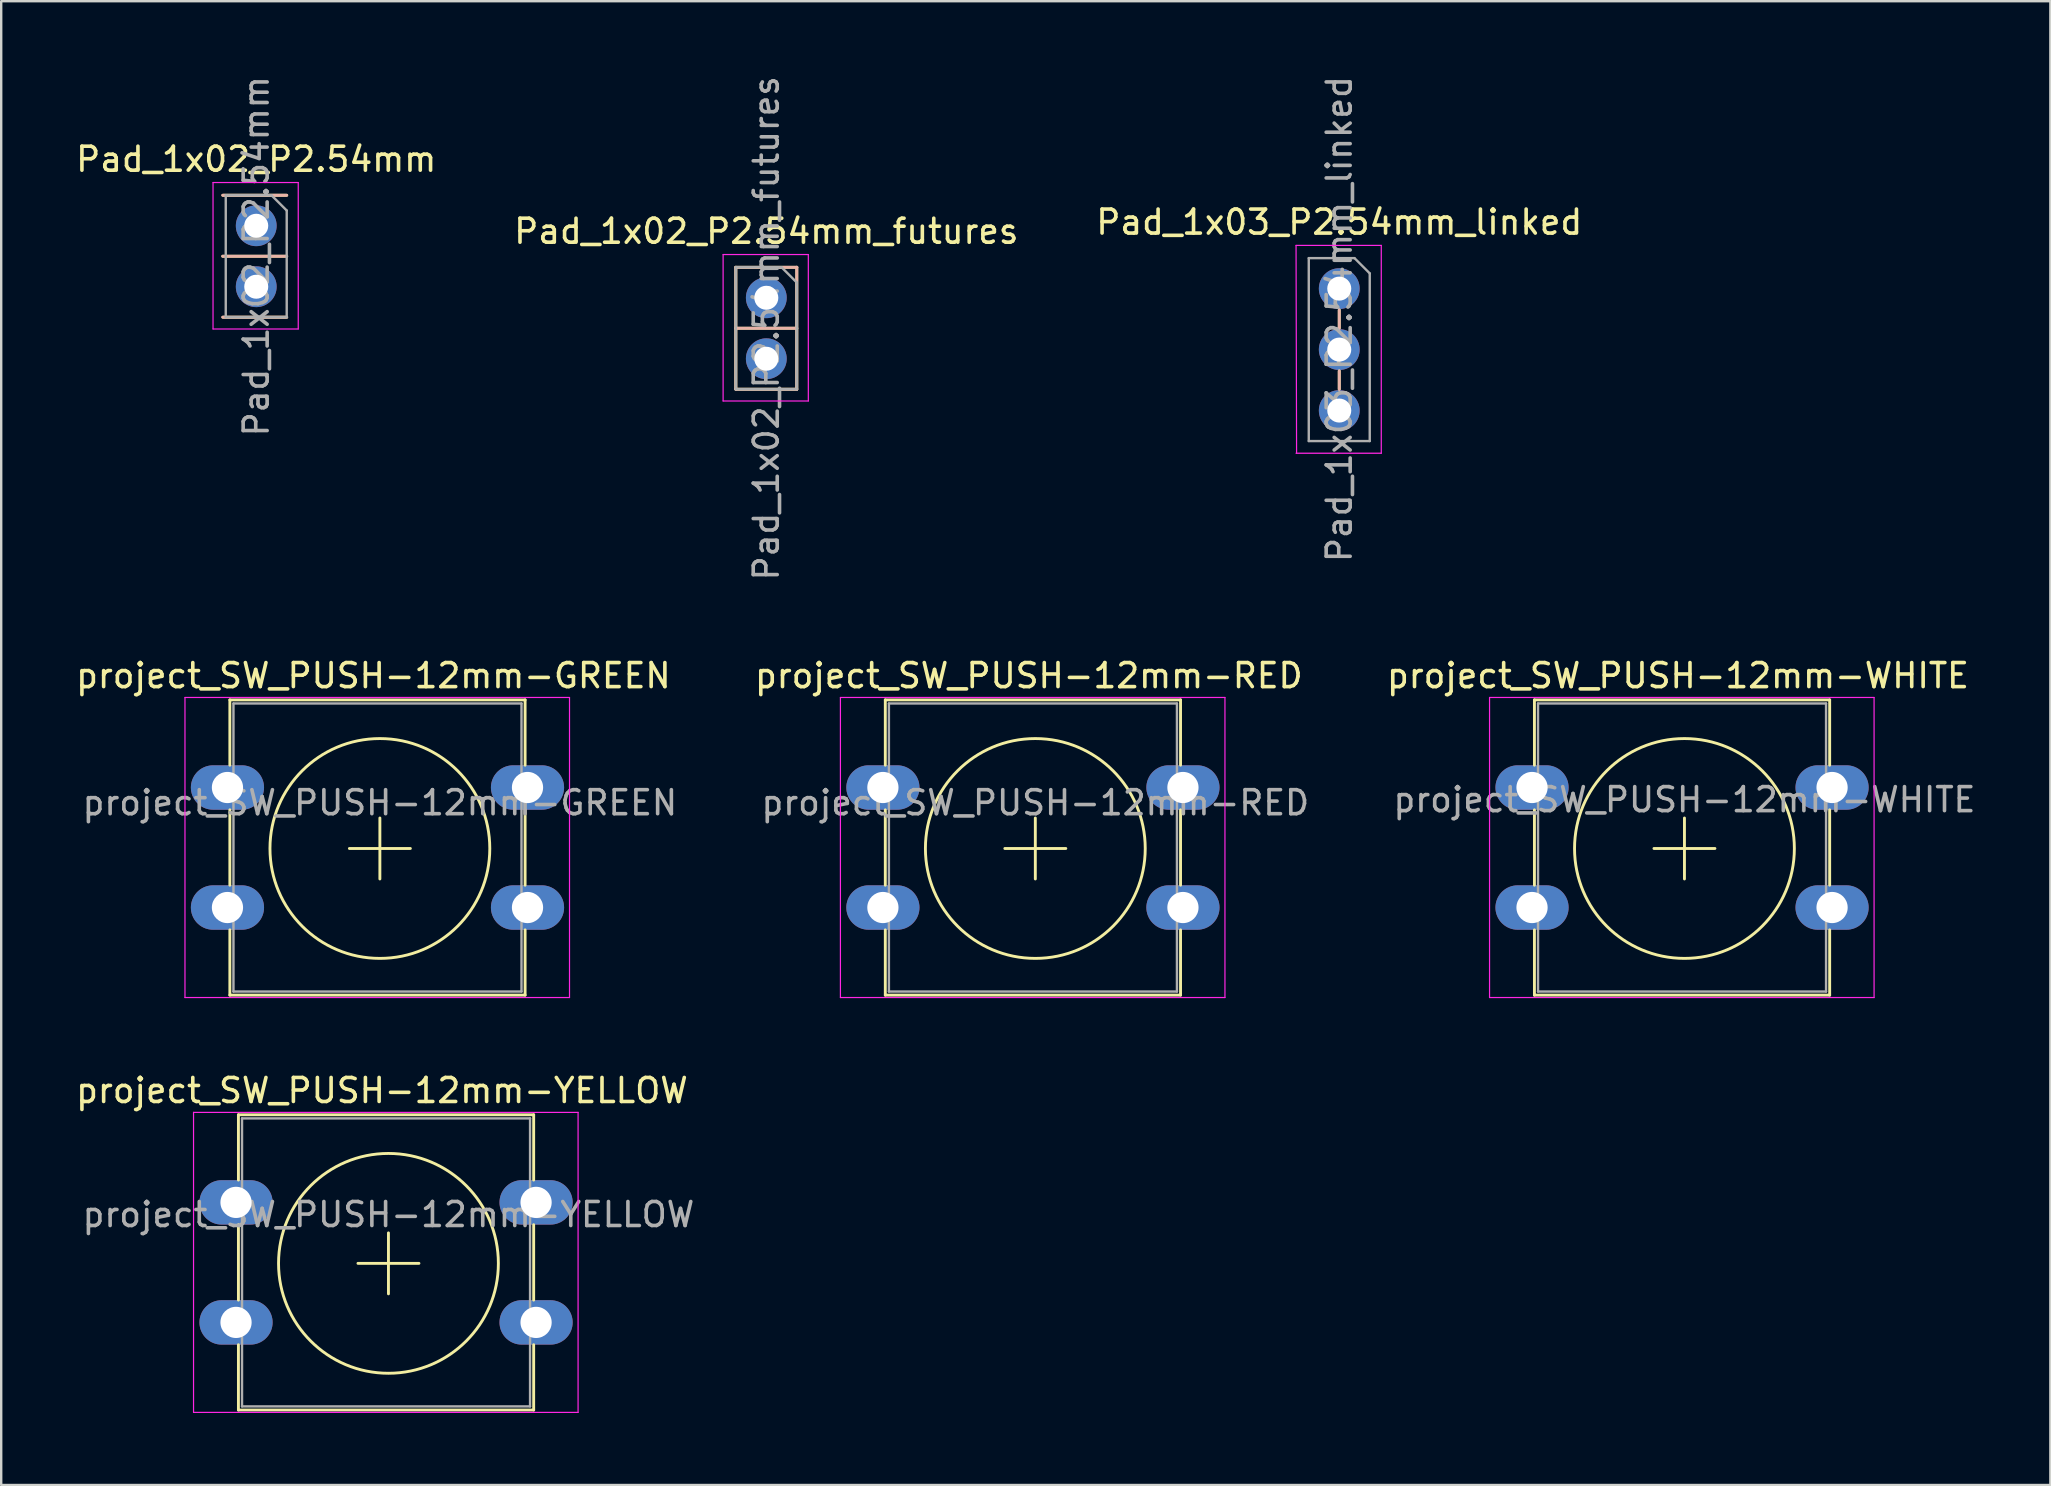
<source format=kicad_pcb>
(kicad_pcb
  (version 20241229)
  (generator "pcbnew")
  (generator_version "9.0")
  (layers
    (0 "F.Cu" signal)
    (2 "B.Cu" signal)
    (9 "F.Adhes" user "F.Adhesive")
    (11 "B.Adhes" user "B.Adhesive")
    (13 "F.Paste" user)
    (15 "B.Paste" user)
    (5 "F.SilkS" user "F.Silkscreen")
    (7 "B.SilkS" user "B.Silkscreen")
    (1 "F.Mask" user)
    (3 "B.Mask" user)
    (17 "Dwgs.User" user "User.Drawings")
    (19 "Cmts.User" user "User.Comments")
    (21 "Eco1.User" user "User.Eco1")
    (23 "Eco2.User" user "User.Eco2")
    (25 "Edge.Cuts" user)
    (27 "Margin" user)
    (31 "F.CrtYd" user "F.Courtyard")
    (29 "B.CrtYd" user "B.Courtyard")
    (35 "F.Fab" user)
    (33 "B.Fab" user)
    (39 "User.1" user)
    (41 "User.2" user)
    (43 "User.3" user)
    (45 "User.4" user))
  (footprint "project_SW_PUSH-12mm-WHITE"
    (layer "F.Cu")
    (at 60.775 29.758)
    (property "Reference" "project_SW_PUSH-12mm-WHITE" (at 6.08 -4.66 0) (layer "F.SilkS") (effects (font (size 1 1) (thickness 0.15))))
    (attr through_hole)
    (fp_line (start 0.1 -3.65) (end 12.4 -3.65) (stroke (width 0.12) (type solid)) (layer "F.SilkS"))
    (fp_line (start 0.1 -0.93) (end 0.1 -3.65) (stroke (width 0.12) (type solid)) (layer "F.SilkS"))
    (fp_line (start 0.1 4.07) (end 0.1 0.93) (stroke (width 0.12) (type solid)) (layer "F.SilkS"))
    (fp_line (start 0.1 8.65) (end 0.1 5.93) (stroke (width 0.12) (type solid)) (layer "F.SilkS"))
    (fp_line (start 5.08 2.54) (end 7.62 2.54) (stroke (width 0.12) (type solid)) (layer "F.SilkS"))
    (fp_line (start 6.35 3.81) (end 6.35 1.27) (stroke (width 0.12) (type solid)) (layer "F.SilkS"))
    (fp_line (start 12.4 -3.65) (end 12.4 -0.93) (stroke (width 0.12) (type solid)) (layer "F.SilkS"))
    (fp_line (start 12.4 0.93) (end 12.4 4.07) (stroke (width 0.12) (type solid)) (layer "F.SilkS"))
    (fp_line (start 12.4 5.93) (end 12.4 8.65) (stroke (width 0.12) (type solid)) (layer "F.SilkS"))
    (fp_line (start 12.4 8.65) (end 0.1 8.65) (stroke (width 0.12) (type solid)) (layer "F.SilkS"))
    (fp_circle (center 6.35 2.54) (end 10.16 5.08) (stroke (width 0.12) (type solid)) (fill no) (layer "F.SilkS"))
    (fp_line (start -1.77 -3.75) (end -1.77 8.75) (stroke (width 0.05) (type solid)) (layer "F.CrtYd"))
    (fp_line (start -1.77 -3.75) (end 14.25 -3.75) (stroke (width 0.05) (type solid)) (layer "F.CrtYd"))
    (fp_line (start 14.25 8.75) (end -1.77 8.75) (stroke (width 0.05) (type solid)) (layer "F.CrtYd"))
    (fp_line (start 14.25 8.75) (end 14.25 -3.75) (stroke (width 0.05) (type solid)) (layer "F.CrtYd"))
    (fp_line (start 0.25 -3.5) (end 0.25 8.5) (stroke (width 0.1) (type solid)) (layer "F.Fab"))
    (fp_line (start 0.25 -3.5) (end 12.25 -3.5) (stroke (width 0.1) (type solid)) (layer "F.Fab"))
    (fp_line (start 0.25 8.5) (end 12.25 8.5) (stroke (width 0.1) (type solid)) (layer "F.Fab"))
    (fp_line (start 12.25 -3.5) (end 12.25 8.5) (stroke (width 0.1) (type solid)) (layer "F.Fab"))
    (fp_text user "${REFERENCE}" (at 6.35 0.508 0) (layer "F.Fab") (effects (font (size 1 1) (thickness 0.15))))
    (pad "1" thru_hole oval (at 0 0) (size 3.048 1.85) (drill 1.3) (layers "*.Cu" "*.Mask"))
    (pad "1" thru_hole oval (at 12.5 0) (size 3.048 1.85) (drill 1.3) (layers "*.Cu" "*.Mask"))
    (pad "2" thru_hole oval (at 0 5) (size 3.048 1.85) (drill 1.3) (layers "*.Cu" "*.Mask"))
    (pad "2" thru_hole oval (at 12.5 5) (size 3.048 1.85) (drill 1.3) (layers "*.Cu" "*.Mask")))
  (footprint "project_SW_PUSH-12mm-RED"
    (layer "F.Cu")
    (at 33.732 29.758)
    (property "Reference" "project_SW_PUSH-12mm-RED" (at 6.08 -4.66 0) (layer "F.SilkS") (effects (font (size 1 1) (thickness 0.15))))
    (attr through_hole)
    (fp_line (start 0.1 -3.65) (end 12.4 -3.65) (stroke (width 0.12) (type solid)) (layer "F.SilkS"))
    (fp_line (start 0.1 -0.93) (end 0.1 -3.65) (stroke (width 0.12) (type solid)) (layer "F.SilkS"))
    (fp_line (start 0.1 4.07) (end 0.1 0.93) (stroke (width 0.12) (type solid)) (layer "F.SilkS"))
    (fp_line (start 0.1 8.65) (end 0.1 5.93) (stroke (width 0.12) (type solid)) (layer "F.SilkS"))
    (fp_line (start 5.08 2.54) (end 7.62 2.54) (stroke (width 0.12) (type solid)) (layer "F.SilkS"))
    (fp_line (start 6.35 3.81) (end 6.35 1.27) (stroke (width 0.12) (type solid)) (layer "F.SilkS"))
    (fp_line (start 12.4 -3.65) (end 12.4 -0.93) (stroke (width 0.12) (type solid)) (layer "F.SilkS"))
    (fp_line (start 12.4 0.93) (end 12.4 4.07) (stroke (width 0.12) (type solid)) (layer "F.SilkS"))
    (fp_line (start 12.4 5.93) (end 12.4 8.65) (stroke (width 0.12) (type solid)) (layer "F.SilkS"))
    (fp_line (start 12.4 8.65) (end 0.1 8.65) (stroke (width 0.12) (type solid)) (layer "F.SilkS"))
    (fp_circle (center 6.35 2.54) (end 10.16 5.08) (stroke (width 0.12) (type solid)) (fill no) (layer "F.SilkS"))
    (fp_line (start -1.77 -3.75) (end -1.77 8.75) (stroke (width 0.05) (type solid)) (layer "F.CrtYd"))
    (fp_line (start -1.77 -3.75) (end 14.25 -3.75) (stroke (width 0.05) (type solid)) (layer "F.CrtYd"))
    (fp_line (start 14.25 8.75) (end -1.77 8.75) (stroke (width 0.05) (type solid)) (layer "F.CrtYd"))
    (fp_line (start 14.25 8.75) (end 14.25 -3.75) (stroke (width 0.05) (type solid)) (layer "F.CrtYd"))
    (fp_line (start 0.25 -3.5) (end 0.25 8.5) (stroke (width 0.1) (type solid)) (layer "F.Fab"))
    (fp_line (start 0.25 -3.5) (end 12.25 -3.5) (stroke (width 0.1) (type solid)) (layer "F.Fab"))
    (fp_line (start 0.25 8.5) (end 12.25 8.5) (stroke (width 0.1) (type solid)) (layer "F.Fab"))
    (fp_line (start 12.25 -3.5) (end 12.25 8.5) (stroke (width 0.1) (type solid)) (layer "F.Fab"))
    (fp_text user "${REFERENCE}" (at 6.35 0.635 0) (layer "F.Fab") (effects (font (size 1 1) (thickness 0.15))))
    (pad "1" thru_hole oval (at 0 0) (size 3.048 1.85) (drill 1.3) (layers "*.Cu" "*.Mask"))
    (pad "1" thru_hole oval (at 12.5 0) (size 3.048 1.85) (drill 1.3) (layers "*.Cu" "*.Mask"))
    (pad "2" thru_hole oval (at 0 5) (size 3.048 1.85) (drill 1.3) (layers "*.Cu" "*.Mask"))
    (pad "2" thru_hole oval (at 12.5 5) (size 3.048 1.85) (drill 1.3) (layers "*.Cu" "*.Mask")))
  (footprint "Pad_1x03_P2.54mm_linked"
    (layer "F.Cu")
    (at 52.744 8.974)
    (property "Reference" "Pad_1x03_P2.54mm_linked" (at 0 -2.77 0) (layer "F.SilkS") (effects (font (size 1 1) (thickness 0.15))))
    (attr through_hole)
    (fp_line (start 0 0.889) (end 0 1.651) (stroke (width 0.12) (type solid)) (layer "F.SilkS"))
    (fp_line (start 0 4.191) (end 0 3.429) (stroke (width 0.12) (type solid)) (layer "F.SilkS"))
    (fp_line (start 0 0.889) (end 0 1.651) (stroke (width 0.12) (type solid)) (layer "B.SilkS"))
    (fp_line (start 0 4.191) (end 0 3.429) (stroke (width 0.12) (type solid)) (layer "B.SilkS"))
    (fp_line (start -1.8 -1.8) (end 1.75 -1.8) (stroke (width 0.05) (type solid)) (layer "F.CrtYd"))
    (fp_line (start -1.778 6.858) (end -1.8 -1.8) (stroke (width 0.05) (type solid)) (layer "F.CrtYd"))
    (fp_line (start 1.75 -1.8) (end 1.75 6.858) (stroke (width 0.05) (type solid)) (layer "F.CrtYd"))
    (fp_line (start 1.75 6.858) (end -1.8 6.858) (stroke (width 0.05) (type solid)) (layer "F.CrtYd"))
    (fp_line (start -1.27 -1.27) (end 0.635 -1.27) (stroke (width 0.1) (type solid)) (layer "F.Fab"))
    (fp_line (start -1.27 6.35) (end -1.27 -1.27) (stroke (width 0.1) (type solid)) (layer "F.Fab"))
    (fp_line (start 0.635 -1.27) (end 1.27 -0.635) (stroke (width 0.1) (type solid)) (layer "F.Fab"))
    (fp_line (start 1.27 -0.635) (end 1.27 6.35) (stroke (width 0.1) (type solid)) (layer "F.Fab"))
    (fp_line (start 1.27 6.35) (end -1.27 6.35) (stroke (width 0.1) (type solid)) (layer "F.Fab"))
    (fp_text user "${REFERENCE}" (at 0 1.27 90) (layer "F.Fab") (effects (font (size 1 1) (thickness 0.15))))
    (pad "1" thru_hole circle (at 0 0) (size 1.7 1.7) (drill 1) (layers "*.Cu" "*.Mask"))
    (pad "2" thru_hole oval (at 0 2.54) (size 1.7 1.7) (drill 1) (layers "*.Cu" "*.Mask"))
    (pad "3" thru_hole oval (at 0 5.08) (size 1.7 1.7) (drill 1) (layers "*.Cu" "*.Mask")))
  (footprint "project_SW_PUSH-12mm-GREEN"
    (layer "F.Cu")
    (at 6.426 29.758)
    (property "Reference" "project_SW_PUSH-12mm-GREEN" (at 6.08 -4.66 0) (layer "F.SilkS") (effects (font (size 1 1) (thickness 0.15))))
    (attr through_hole)
    (fp_line (start 0.1 -3.65) (end 12.4 -3.65) (stroke (width 0.12) (type solid)) (layer "F.SilkS"))
    (fp_line (start 0.1 -0.93) (end 0.1 -3.65) (stroke (width 0.12) (type solid)) (layer "F.SilkS"))
    (fp_line (start 0.1 4.07) (end 0.1 0.93) (stroke (width 0.12) (type solid)) (layer "F.SilkS"))
    (fp_line (start 0.1 8.65) (end 0.1 5.93) (stroke (width 0.12) (type solid)) (layer "F.SilkS"))
    (fp_line (start 5.08 2.54) (end 7.62 2.54) (stroke (width 0.12) (type solid)) (layer "F.SilkS"))
    (fp_line (start 6.35 3.81) (end 6.35 1.27) (stroke (width 0.12) (type solid)) (layer "F.SilkS"))
    (fp_line (start 12.4 -3.65) (end 12.4 -0.93) (stroke (width 0.12) (type solid)) (layer "F.SilkS"))
    (fp_line (start 12.4 0.93) (end 12.4 4.07) (stroke (width 0.12) (type solid)) (layer "F.SilkS"))
    (fp_line (start 12.4 5.93) (end 12.4 8.65) (stroke (width 0.12) (type solid)) (layer "F.SilkS"))
    (fp_line (start 12.4 8.65) (end 0.1 8.65) (stroke (width 0.12) (type solid)) (layer "F.SilkS"))
    (fp_circle (center 6.35 2.54) (end 10.16 5.08) (stroke (width 0.12) (type solid)) (fill no) (layer "F.SilkS"))
    (fp_line (start -1.77 -3.75) (end -1.77 8.75) (stroke (width 0.05) (type solid)) (layer "F.CrtYd"))
    (fp_line (start -1.77 -3.75) (end 14.25 -3.75) (stroke (width 0.05) (type solid)) (layer "F.CrtYd"))
    (fp_line (start 14.25 8.75) (end -1.77 8.75) (stroke (width 0.05) (type solid)) (layer "F.CrtYd"))
    (fp_line (start 14.25 8.75) (end 14.25 -3.75) (stroke (width 0.05) (type solid)) (layer "F.CrtYd"))
    (fp_line (start 0.25 -3.5) (end 0.25 8.5) (stroke (width 0.1) (type solid)) (layer "F.Fab"))
    (fp_line (start 0.25 -3.5) (end 12.25 -3.5) (stroke (width 0.1) (type solid)) (layer "F.Fab"))
    (fp_line (start 0.25 8.5) (end 12.25 8.5) (stroke (width 0.1) (type solid)) (layer "F.Fab"))
    (fp_line (start 12.25 -3.5) (end 12.25 8.5) (stroke (width 0.1) (type solid)) (layer "F.Fab"))
    (fp_text user "${REFERENCE}" (at 6.35 0.635 0) (layer "F.Fab") (effects (font (size 1 1) (thickness 0.15))))
    (pad "1" thru_hole oval (at 0 0) (size 3.048 1.85) (drill 1.3) (layers "*.Cu" "*.Mask"))
    (pad "1" thru_hole oval (at 12.5 0) (size 3.048 1.85) (drill 1.3) (layers "*.Cu" "*.Mask"))
    (pad "2" thru_hole oval (at 0 5) (size 3.048 1.85) (drill 1.3) (layers "*.Cu" "*.Mask"))
    (pad "2" thru_hole oval (at 12.5 5) (size 3.048 1.85) (drill 1.3) (layers "*.Cu" "*.Mask")))
  (footprint "project_SW_PUSH-12mm-YELLOW"
    (layer "F.Cu")
    (at 6.783 47.042)
    (property "Reference" "project_SW_PUSH-12mm-YELLOW" (at 6.08 -4.66 0) (layer "F.SilkS") (effects (font (size 1 1) (thickness 0.15))))
    (attr through_hole)
    (fp_line (start 0.1 -3.65) (end 12.4 -3.65) (stroke (width 0.12) (type solid)) (layer "F.SilkS"))
    (fp_line (start 0.1 -0.93) (end 0.1 -3.65) (stroke (width 0.12) (type solid)) (layer "F.SilkS"))
    (fp_line (start 0.1 4.07) (end 0.1 0.93) (stroke (width 0.12) (type solid)) (layer "F.SilkS"))
    (fp_line (start 0.1 8.65) (end 0.1 5.93) (stroke (width 0.12) (type solid)) (layer "F.SilkS"))
    (fp_line (start 5.08 2.54) (end 7.62 2.54) (stroke (width 0.12) (type solid)) (layer "F.SilkS"))
    (fp_line (start 6.35 3.81) (end 6.35 1.27) (stroke (width 0.12) (type solid)) (layer "F.SilkS"))
    (fp_line (start 12.4 -3.65) (end 12.4 -0.93) (stroke (width 0.12) (type solid)) (layer "F.SilkS"))
    (fp_line (start 12.4 0.93) (end 12.4 4.07) (stroke (width 0.12) (type solid)) (layer "F.SilkS"))
    (fp_line (start 12.4 5.93) (end 12.4 8.65) (stroke (width 0.12) (type solid)) (layer "F.SilkS"))
    (fp_line (start 12.4 8.65) (end 0.1 8.65) (stroke (width 0.12) (type solid)) (layer "F.SilkS"))
    (fp_circle (center 6.35 2.54) (end 10.16 5.08) (stroke (width 0.12) (type solid)) (fill no) (layer "F.SilkS"))
    (fp_line (start -1.77 -3.75) (end -1.77 8.75) (stroke (width 0.05) (type solid)) (layer "F.CrtYd"))
    (fp_line (start -1.77 -3.75) (end 14.25 -3.75) (stroke (width 0.05) (type solid)) (layer "F.CrtYd"))
    (fp_line (start 14.25 8.75) (end -1.77 8.75) (stroke (width 0.05) (type solid)) (layer "F.CrtYd"))
    (fp_line (start 14.25 8.75) (end 14.25 -3.75) (stroke (width 0.05) (type solid)) (layer "F.CrtYd"))
    (fp_line (start 0.25 -3.5) (end 0.25 8.5) (stroke (width 0.1) (type solid)) (layer "F.Fab"))
    (fp_line (start 0.25 -3.5) (end 12.25 -3.5) (stroke (width 0.1) (type solid)) (layer "F.Fab"))
    (fp_line (start 0.25 8.5) (end 12.25 8.5) (stroke (width 0.1) (type solid)) (layer "F.Fab"))
    (fp_line (start 12.25 -3.5) (end 12.25 8.5) (stroke (width 0.1) (type solid)) (layer "F.Fab"))
    (fp_text user "${REFERENCE}" (at 6.35 0.508 0) (layer "F.Fab") (effects (font (size 1 1) (thickness 0.15))))
    (pad "1" thru_hole oval (at 0 0) (size 3.048 1.85) (drill 1.3) (layers "*.Cu" "*.Mask"))
    (pad "1" thru_hole oval (at 12.5 0) (size 3.048 1.85) (drill 1.3) (layers "*.Cu" "*.Mask"))
    (pad "2" thru_hole oval (at 0 5) (size 3.048 1.85) (drill 1.3) (layers "*.Cu" "*.Mask"))
    (pad "2" thru_hole oval (at 12.5 5) (size 3.048 1.85) (drill 1.3) (layers "*.Cu" "*.Mask")))
  (footprint "Pad_1x02_P2.54mm_futures"
    (layer "F.Cu")
    (at 28.875 9.355)
    (property "Reference" "Pad_1x02_P2.54mm_futures" (at 0 -2.77 0) (layer "F.SilkS") (effects (font (size 1 1) (thickness 0.15))))
    (attr through_hole)
    (fp_line (start -1.27 -1.27) (end 1.27 -1.27) (stroke (width 0.12) (type solid)) (layer "F.SilkS"))
    (fp_line (start -1.27 1.27) (end 1.27 1.27) (stroke (width 0.12) (type solid)) (layer "F.SilkS"))
    (fp_line (start -1.27 3.81) (end -1.27 -1.27) (stroke (width 0.12) (type solid)) (layer "F.SilkS"))
    (fp_line (start -1.27 3.81) (end 1.27 3.81) (stroke (width 0.12) (type solid)) (layer "F.SilkS"))
    (fp_line (start 1.27 -1.27) (end 1.27 3.81) (stroke (width 0.12) (type solid)) (layer "F.SilkS"))
    (fp_line (start -1.27 3.81) (end -1.27 -1.27) (stroke (width 0.12) (type solid)) (layer "B.SilkS"))
    (fp_line (start 1.27 -1.27) (end -1.27 -1.27) (stroke (width 0.12) (type solid)) (layer "B.SilkS"))
    (fp_line (start 1.27 -1.27) (end 1.27 3.81) (stroke (width 0.12) (type solid)) (layer "B.SilkS"))
    (fp_line (start 1.27 1.27) (end -1.27 1.27) (stroke (width 0.12) (type solid)) (layer "B.SilkS"))
    (fp_line (start 1.27 3.81) (end -1.27 3.81) (stroke (width 0.12) (type solid)) (layer "B.SilkS"))
    (fp_line (start -1.8 -1.8) (end 1.75 -1.8) (stroke (width 0.05) (type solid)) (layer "F.CrtYd"))
    (fp_line (start -1.8 4.3) (end -1.8 -1.8) (stroke (width 0.05) (type solid)) (layer "F.CrtYd"))
    (fp_line (start 1.75 -1.8) (end 1.75 4.3) (stroke (width 0.05) (type solid)) (layer "F.CrtYd"))
    (fp_line (start 1.75 4.3) (end -1.8 4.3) (stroke (width 0.05) (type solid)) (layer "F.CrtYd"))
    (fp_line (start -1.27 -1.27) (end 0.635 -1.27) (stroke (width 0.1) (type solid)) (layer "F.Fab"))
    (fp_line (start -1.27 3.81) (end -1.27 -1.27) (stroke (width 0.1) (type solid)) (layer "F.Fab"))
    (fp_line (start 0.635 -1.27) (end 1.27 -0.635) (stroke (width 0.1) (type solid)) (layer "F.Fab"))
    (fp_line (start 1.27 -0.635) (end 1.27 3.81) (stroke (width 0.1) (type solid)) (layer "F.Fab"))
    (fp_line (start 1.27 3.81) (end -1.27 3.81) (stroke (width 0.1) (type solid)) (layer "F.Fab"))
    (fp_text user "${REFERENCE}" (at 0 1.27 90) (layer "F.Fab") (effects (font (size 1 1) (thickness 0.15))))
    (pad "1" thru_hole circle (at 0 0) (size 1.7 1.7) (drill 1) (layers "*.Cu" "*.Mask"))
    (pad "2" thru_hole oval (at 0 2.54) (size 1.7 1.7) (drill 1) (layers "*.Cu" "*.Mask")))
  (footprint "Pad_1x02_P2.54mm"
    (layer "F.Cu")
    (at 7.625 6.355)
    (property "Reference" "Pad_1x02_P2.54mm" (at 0 -2.77 0) (layer "F.SilkS") (effects (font (size 1 1) (thickness 0.15))))
    (attr through_hole)
    (fp_line (start -1.397 1.27) (end 1.27 1.27) (stroke (width 0.12) (type solid)) (layer "F.SilkS"))
    (fp_line (start -1.39 -1.27) (end 1.27 -1.27) (stroke (width 0.12) (type solid)) (layer "F.SilkS"))
    (fp_line (start -1.39 3.81) (end 1.27 3.81) (stroke (width 0.12) (type solid)) (layer "F.SilkS"))
    (fp_line (start 1.27 -1.27) (end -1.397 -1.27) (stroke (width 0.12) (type solid)) (layer "B.SilkS"))
    (fp_line (start 1.27 1.27) (end -1.397 1.27) (stroke (width 0.12) (type solid)) (layer "B.SilkS"))
    (fp_line (start 1.27 3.81) (end -1.397 3.81) (stroke (width 0.12) (type solid)) (layer "B.SilkS"))
    (fp_line (start -1.8 -1.8) (end 1.75 -1.8) (stroke (width 0.05) (type solid)) (layer "F.CrtYd"))
    (fp_line (start -1.8 4.3) (end -1.8 -1.8) (stroke (width 0.05) (type solid)) (layer "F.CrtYd"))
    (fp_line (start 1.75 -1.8) (end 1.75 4.3) (stroke (width 0.05) (type solid)) (layer "F.CrtYd"))
    (fp_line (start 1.75 4.3) (end -1.8 4.3) (stroke (width 0.05) (type solid)) (layer "F.CrtYd"))
    (fp_line (start -1.27 -1.27) (end 0.635 -1.27) (stroke (width 0.1) (type solid)) (layer "F.Fab"))
    (fp_line (start -1.27 3.81) (end -1.27 -1.27) (stroke (width 0.1) (type solid)) (layer "F.Fab"))
    (fp_line (start 0.635 -1.27) (end 1.27 -0.635) (stroke (width 0.1) (type solid)) (layer "F.Fab"))
    (fp_line (start 1.27 -0.635) (end 1.27 3.81) (stroke (width 0.1) (type solid)) (layer "F.Fab"))
    (fp_line (start 1.27 3.81) (end -1.27 3.81) (stroke (width 0.1) (type solid)) (layer "F.Fab"))
    (fp_text user "${REFERENCE}" (at 0 1.27 90) (layer "F.Fab") (effects (font (size 1 1) (thickness 0.15))))
    (pad "1" thru_hole circle (at 0 0) (size 1.7 1.7) (drill 1) (layers "*.Cu" "*.Mask"))
    (pad "2" thru_hole oval (at 0 2.54) (size 1.7 1.7) (drill 1) (layers "*.Cu" "*.Mask")))
  (gr_rect
    (start -3 -3)
    (end 82.37 58.817)
    (stroke (width 0.1) (type default))
    (fill no)
    (layer "Edge.Cuts")))
</source>
